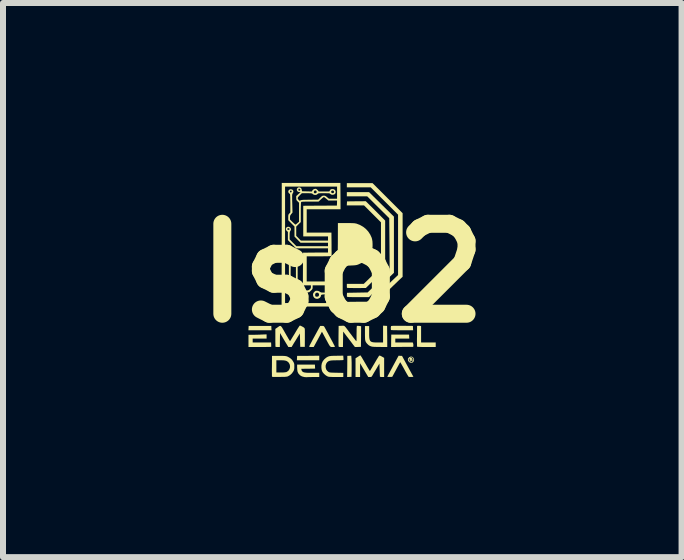
<source format=kicad_pcb>
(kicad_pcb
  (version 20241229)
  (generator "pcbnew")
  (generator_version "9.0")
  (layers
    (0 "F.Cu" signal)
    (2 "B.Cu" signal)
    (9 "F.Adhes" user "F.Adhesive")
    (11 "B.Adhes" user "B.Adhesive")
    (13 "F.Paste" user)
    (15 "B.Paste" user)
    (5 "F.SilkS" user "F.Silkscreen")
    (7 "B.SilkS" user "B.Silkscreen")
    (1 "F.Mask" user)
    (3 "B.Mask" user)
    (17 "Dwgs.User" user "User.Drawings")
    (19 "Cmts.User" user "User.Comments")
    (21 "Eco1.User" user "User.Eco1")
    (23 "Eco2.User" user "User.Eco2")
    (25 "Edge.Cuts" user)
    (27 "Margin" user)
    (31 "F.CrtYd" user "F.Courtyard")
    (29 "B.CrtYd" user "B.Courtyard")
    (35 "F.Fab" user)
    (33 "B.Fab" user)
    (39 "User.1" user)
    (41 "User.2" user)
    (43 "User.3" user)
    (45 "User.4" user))
  (footprint "Iso2"
    (layer "F.Cu")
    (at 2.657 1.503)
    (property "Reference" "Iso2" (at 0 0 0) (layer "F.SilkS") (effects (font (size 1.5 1.5) (thickness 0.3))))
    (attr board_only exclude_from_pos_files exclude_from_bom)
    (fp_poly (pts (xy -1.182 0.917) (xy -1.18 0.954) (xy -1.372 0.954) (xy -1.565 0.954) (xy -1.563 0.917) (xy -1.561 0.881) (xy -1.372 0.881) (xy -1.183 0.881)) (stroke (width 0) (type solid)) (fill yes) (layer "F.SilkS"))
    (fp_poly (pts (xy -0.384 1.416) (xy -0.384 1.454) (xy -0.57 1.454) (xy -0.757 1.454) (xy -0.755 1.417) (xy -0.753 1.381) (xy -0.568 1.38) (xy -0.384 1.378)) (stroke (width 0) (type solid)) (fill yes) (layer "F.SilkS"))
    (fp_poly (pts (xy 0.154 1.437) (xy 0.155 1.463) (xy 0.156 1.497) (xy 0.156 1.536) (xy 0.156 1.578) (xy 0.156 1.614) (xy 0.154 1.73) (xy 0.118 1.732) (xy 0.081 1.733) (xy 0.083 1.557) (xy 0.084 1.381) (xy 0.117 1.379) (xy 0.15 1.378)) (stroke (width 0) (type solid)) (fill yes) (layer "F.SilkS"))
    (fp_poly (pts (xy 1.115 1.06) (xy 1.117 1.093) (xy 1 1.093) (xy 0.884 1.093) (xy 0.884 1.125) (xy 0.884 1.157) (xy 1.029 1.157) (xy 1.175 1.157) (xy 1.181 1.173) (xy 1.185 1.19) (xy 1.185 1.209) (xy 1.185 1.209) (xy 1.183 1.23) (xy 0.999 1.231) (xy 0.814 1.233) (xy 0.815 1.13) (xy 0.817 1.026) (xy 0.965 1.026) (xy 1.114 1.026)) (stroke (width 0) (type solid)) (fill yes) (layer "F.SilkS"))
    (fp_poly (pts (xy 0.989 0.879) (xy 0.998 0.879) (xy 1.178 0.881) (xy 1.179 0.917) (xy 1.181 0.954) (xy 0.999 0.954) (xy 0.954 0.954) (xy 0.912 0.953) (xy 0.876 0.953) (xy 0.847 0.952) (xy 0.826 0.951) (xy 0.814 0.95) (xy 0.812 0.95) (xy 0.81 0.941) (xy 0.809 0.926) (xy 0.809 0.908) (xy 0.811 0.893) (xy 0.813 0.885) (xy 0.817 0.883) (xy 0.826 0.881) (xy 0.842 0.88) (xy 0.865 0.879) (xy 0.896 0.879) (xy 0.937 0.879)) (stroke (width 0) (type solid)) (fill yes) (layer "F.SilkS"))
    (fp_poly (pts (xy 1.3 0.881) (xy 1.314 0.884) (xy 1.314 1.021) (xy 1.314 1.157) (xy 1.436 1.157) (xy 1.558 1.157) (xy 1.558 1.195) (xy 1.558 1.233) (xy 1.404 1.233) (xy 1.355 1.233) (xy 1.317 1.232) (xy 1.288 1.231) (xy 1.268 1.23) (xy 1.255 1.229) (xy 1.248 1.227) (xy 1.247 1.225) (xy 1.246 1.218) (xy 1.246 1.2) (xy 1.246 1.174) (xy 1.245 1.141) (xy 1.245 1.102) (xy 1.246 1.06) (xy 1.246 1.05) (xy 1.247 0.881) (xy 1.267 0.879) (xy 1.285 0.879)) (stroke (width 0) (type solid)) (fill yes) (layer "F.SilkS"))
    (fp_poly (pts (xy -1.262 1.057) (xy -1.262 1.093) (xy -1.378 1.093) (xy -1.494 1.093) (xy -1.494 1.125) (xy -1.494 1.157) (xy -1.341 1.157) (xy -1.187 1.157) (xy -1.185 1.193) (xy -1.185 1.212) (xy -1.185 1.225) (xy -1.186 1.23) (xy -1.192 1.231) (xy -1.208 1.231) (xy -1.234 1.232) (xy -1.266 1.232) (xy -1.305 1.233) (xy -1.349 1.233) (xy -1.376 1.233) (xy -1.564 1.233) (xy -1.564 1.131) (xy -1.564 1.029) (xy -1.496 1.029) (xy -1.463 1.029) (xy -1.423 1.028) (xy -1.381 1.027) (xy -1.345 1.025) (xy -1.262 1.022)) (stroke (width 0) (type solid)) (fill yes) (layer "F.SilkS"))
    (fp_poly (pts (xy 0.554 -1.037) (xy 0.715 -0.875) (xy 0.715 -0.472) (xy 0.715 -0.068) (xy 0.554 0.091) (xy 0.393 0.249) (xy 0.238 0.25) (xy 0.197 0.25) (xy 0.159 0.249) (xy 0.127 0.249) (xy 0.102 0.248) (xy 0.086 0.247) (xy 0.079 0.246) (xy 0.077 0.239) (xy 0.076 0.223) (xy 0.076 0.211) (xy 0.076 0.18) (xy 0.217 0.18) (xy 0.358 0.18) (xy 0.502 0.04) (xy 0.645 -0.1) (xy 0.645 -0.473) (xy 0.645 -0.846) (xy 0.504 -0.987) (xy 0.363 -1.128) (xy 0.219 -1.128) (xy 0.075 -1.128) (xy 0.077 -1.162) (xy 0.079 -1.195) (xy 0.235 -1.197) (xy 0.392 -1.198)) (stroke (width 0) (type solid)) (fill yes) (layer "F.SilkS"))
    (fp_poly (pts (xy -0.455 1.56) (xy -0.453 1.593) (xy -0.568 1.595) (xy -0.683 1.596) (xy -0.681 1.611) (xy -0.676 1.627) (xy -0.67 1.636) (xy -0.661 1.645) (xy -0.651 1.651) (xy -0.637 1.656) (xy -0.619 1.659) (xy -0.594 1.662) (xy -0.561 1.663) (xy -0.519 1.663) (xy -0.503 1.663) (xy -0.384 1.663) (xy -0.384 1.698) (xy -0.384 1.733) (xy -0.467 1.733) (xy -0.5 1.733) (xy -0.53 1.734) (xy -0.556 1.734) (xy -0.573 1.735) (xy -0.576 1.735) (xy -0.597 1.736) (xy -0.622 1.735) (xy -0.635 1.733) (xy -0.673 1.723) (xy -0.705 1.704) (xy -0.73 1.677) (xy -0.745 1.647) (xy -0.748 1.631) (xy -0.751 1.607) (xy -0.752 1.581) (xy -0.753 1.576) (xy -0.753 1.526) (xy -0.605 1.526) (xy -0.456 1.526)) (stroke (width 0) (type solid)) (fill yes) (layer "F.SilkS"))
    (fp_poly (pts (xy 0.714 0.879) (xy 0.747 0.881) (xy 0.749 1.057) (xy 0.75 1.233) (xy 0.632 1.232) (xy 0.595 1.232) (xy 0.56 1.231) (xy 0.53 1.23) (xy 0.507 1.228) (xy 0.494 1.227) (xy 0.493 1.226) (xy 0.463 1.216) (xy 0.438 1.201) (xy 0.416 1.18) (xy 0.404 1.166) (xy 0.395 1.153) (xy 0.388 1.139) (xy 0.383 1.123) (xy 0.38 1.102) (xy 0.379 1.075) (xy 0.378 1.04) (xy 0.378 1) (xy 0.378 0.884) (xy 0.413 0.884) (xy 0.448 0.884) (xy 0.448 0.99) (xy 0.448 1.038) (xy 0.45 1.076) (xy 0.455 1.105) (xy 0.463 1.126) (xy 0.476 1.141) (xy 0.495 1.15) (xy 0.521 1.155) (xy 0.555 1.157) (xy 0.595 1.157) (xy 0.68 1.157) (xy 0.68 1.017) (xy 0.68 0.877)) (stroke (width 0) (type solid)) (fill yes) (layer "F.SilkS"))
    (fp_poly (pts (xy 0.968 1.38) (xy 0.996 1.381) (xy 1.091 1.556) (xy 1.186 1.73) (xy 1.151 1.732) (xy 1.13 1.732) (xy 1.115 1.732) (xy 1.108 1.731) (xy 1.103 1.725) (xy 1.094 1.711) (xy 1.081 1.689) (xy 1.065 1.661) (xy 1.047 1.629) (xy 1.035 1.606) (xy 1.016 1.572) (xy 0.999 1.542) (xy 0.985 1.517) (xy 0.974 1.499) (xy 0.967 1.488) (xy 0.965 1.487) (xy 0.962 1.492) (xy 0.954 1.507) (xy 0.942 1.529) (xy 0.927 1.556) (xy 0.909 1.589) (xy 0.898 1.61) (xy 0.833 1.73) (xy 0.791 1.732) (xy 0.77 1.732) (xy 0.756 1.731) (xy 0.751 1.728) (xy 0.751 1.728) (xy 0.754 1.722) (xy 0.762 1.706) (xy 0.774 1.683) (xy 0.79 1.654) (xy 0.809 1.619) (xy 0.83 1.58) (xy 0.846 1.55) (xy 0.939 1.378)) (stroke (width 0) (type solid)) (fill yes) (layer "F.SilkS"))
    (fp_poly (pts (xy -0.861 -0.413) (xy -0.846 -0.4) (xy -0.837 -0.381) (xy -0.836 -0.378) (xy -0.829 -0.362) (xy -0.812 -0.348) (xy -0.787 -0.34) (xy -0.761 -0.337) (xy -0.742 -0.337) (xy -0.731 -0.335) (xy -0.727 -0.331) (xy -0.727 -0.326) (xy -0.728 -0.32) (xy -0.732 -0.316) (xy -0.743 -0.315) (xy -0.762 -0.314) (xy -0.772 -0.314) (xy -0.796 -0.315) (xy -0.813 -0.317) (xy -0.824 -0.321) (xy -0.834 -0.328) (xy -0.849 -0.337) (xy -0.861 -0.338) (xy -0.865 -0.337) (xy -0.883 -0.335) (xy -0.902 -0.342) (xy -0.917 -0.353) (xy -0.924 -0.371) (xy -0.922 -0.384) (xy -0.895 -0.384) (xy -0.894 -0.37) (xy -0.893 -0.369) (xy -0.886 -0.362) (xy -0.882 -0.361) (xy -0.872 -0.365) (xy -0.866 -0.369) (xy -0.862 -0.379) (xy -0.866 -0.387) (xy -0.878 -0.394) (xy -0.888 -0.393) (xy -0.895 -0.384) (xy -0.922 -0.384) (xy -0.922 -0.389) (xy -0.912 -0.405) (xy -0.895 -0.416) (xy -0.88 -0.419)) (stroke (width 0) (type solid)) (fill yes) (layer "F.SilkS"))
    (fp_poly (pts (xy 0.654 -1.145) (xy 0.861 -0.941) (xy 0.861 -0.473) (xy 0.861 -0.004) (xy 0.734 0.118) (xy 0.697 0.154) (xy 0.658 0.192) (xy 0.619 0.23) (xy 0.583 0.266) (xy 0.55 0.298) (xy 0.526 0.321) (xy 0.445 0.401) (xy 0.263 0.401) (xy 0.211 0.401) (xy 0.169 0.401) (xy 0.137 0.4) (xy 0.113 0.4) (xy 0.096 0.398) (xy 0.085 0.397) (xy 0.08 0.395) (xy 0.078 0.393) (xy 0.077 0.383) (xy 0.076 0.366) (xy 0.077 0.357) (xy 0.079 0.329) (xy 0.251 0.326) (xy 0.423 0.323) (xy 0.594 0.157) (xy 0.631 0.121) (xy 0.666 0.086) (xy 0.698 0.055) (xy 0.726 0.028) (xy 0.749 0.006) (xy 0.766 -0.011) (xy 0.775 -0.02) (xy 0.777 -0.022) (xy 0.79 -0.036) (xy 0.787 -0.475) (xy 0.783 -0.915) (xy 0.599 -1.097) (xy 0.416 -1.279) (xy 0.246 -1.279) (xy 0.076 -1.279) (xy 0.076 -1.314) (xy 0.076 -1.349) (xy 0.261 -1.349) (xy 0.447 -1.349)) (stroke (width 0) (type solid)) (fill yes) (layer "F.SilkS"))
    (fp_poly (pts (xy 0.755 -1.249) (xy 1.006 -0.998) (xy 1.006 -0.468) (xy 1.006 0.062) (xy 0.975 0.091) (xy 0.962 0.103) (xy 0.941 0.123) (xy 0.915 0.148) (xy 0.883 0.179) (xy 0.847 0.213) (xy 0.809 0.25) (xy 0.769 0.289) (xy 0.728 0.328) (xy 0.688 0.367) (xy 0.649 0.404) (xy 0.613 0.439) (xy 0.585 0.466) (xy 0.497 0.552) (xy 0.289 0.552) (xy 0.082 0.552) (xy 0.078 0.539) (xy 0.076 0.524) (xy 0.076 0.505) (xy 0.077 0.502) (xy 0.079 0.48) (xy 0.275 0.478) (xy 0.471 0.477) (xy 0.583 0.367) (xy 0.639 0.313) (xy 0.691 0.262) (xy 0.74 0.214) (xy 0.784 0.172) (xy 0.823 0.134) (xy 0.856 0.103) (xy 0.882 0.078) (xy 0.897 0.064) (xy 0.93 0.033) (xy 0.93 -0.471) (xy 0.93 -0.974) (xy 0.702 -1.202) (xy 0.473 -1.43) (xy 0.274 -1.43) (xy 0.076 -1.43) (xy 0.076 -1.465) (xy 0.076 -1.5) (xy 0.29 -1.5) (xy 0.504 -1.5)) (stroke (width 0) (type solid)) (fill yes) (layer "F.SilkS"))
    (fp_poly (pts (xy -0.32 0.882) (xy -0.309 0.885) (xy -0.302 0.892) (xy -0.296 0.901) (xy -0.271 0.947) (xy -0.246 0.993) (xy -0.222 1.038) (xy -0.199 1.081) (xy -0.178 1.12) (xy -0.159 1.155) (xy -0.144 1.185) (xy -0.132 1.207) (xy -0.124 1.222) (xy -0.122 1.228) (xy -0.127 1.23) (xy -0.141 1.232) (xy -0.16 1.233) (xy -0.172 1.233) (xy -0.181 1.233) (xy -0.189 1.231) (xy -0.196 1.227) (xy -0.204 1.22) (xy -0.213 1.208) (xy -0.224 1.19) (xy -0.238 1.165) (xy -0.255 1.133) (xy -0.278 1.091) (xy -0.282 1.083) (xy -0.339 0.978) (xy -0.394 1.08) (xy -0.412 1.114) (xy -0.429 1.145) (xy -0.444 1.173) (xy -0.456 1.194) (xy -0.463 1.208) (xy -0.463 1.208) (xy -0.477 1.233) (xy -0.515 1.233) (xy -0.538 1.232) (xy -0.55 1.229) (xy -0.552 1.226) (xy -0.55 1.219) (xy -0.542 1.203) (xy -0.53 1.18) (xy -0.514 1.15) (xy -0.496 1.115) (xy -0.475 1.077) (xy -0.46 1.05) (xy -0.368 0.881) (xy -0.338 0.881)) (stroke (width 0) (type solid)) (fill yes) (layer "F.SilkS"))
    (fp_poly (pts (xy 0.064 -0.834) (xy 0.111 -0.834) (xy 0.148 -0.833) (xy 0.177 -0.832) (xy 0.2 -0.831) (xy 0.218 -0.828) (xy 0.234 -0.825) (xy 0.238 -0.824) (xy 0.293 -0.803) (xy 0.346 -0.773) (xy 0.393 -0.736) (xy 0.434 -0.691) (xy 0.466 -0.642) (xy 0.49 -0.589) (xy 0.497 -0.563) (xy 0.503 -0.528) (xy 0.505 -0.486) (xy 0.505 -0.444) (xy 0.501 -0.407) (xy 0.499 -0.4) (xy 0.482 -0.345) (xy 0.454 -0.293) (xy 0.418 -0.245) (xy 0.373 -0.204) (xy 0.322 -0.169) (xy 0.266 -0.143) (xy 0.242 -0.135) (xy 0.225 -0.132) (xy 0.2 -0.129) (xy 0.165 -0.127) (xy 0.119 -0.125) (xy 0.071 -0.124) (xy 0.026 -0.123) (xy -0.008 -0.122) (xy -0.034 -0.122) (xy -0.052 -0.123) (xy -0.063 -0.124) (xy -0.07 -0.126) (xy -0.073 -0.129) (xy -0.073 -0.129) (xy -0.073 -0.136) (xy -0.074 -0.154) (xy -0.074 -0.182) (xy -0.075 -0.217) (xy -0.075 -0.261) (xy -0.075 -0.311) (xy -0.075 -0.366) (xy -0.075 -0.425) (xy -0.074 -0.486) (xy -0.073 -0.834)) (stroke (width 0) (type solid)) (fill yes) (layer "F.SilkS"))
    (fp_poly (pts (xy 0.03 0.88) (xy 0.039 0.886) (xy 0.049 0.896) (xy 0.062 0.911) (xy 0.079 0.934) (xy 0.092 0.951) (xy 0.11 0.976) (xy 0.132 1.005) (xy 0.155 1.035) (xy 0.178 1.066) (xy 0.2 1.094) (xy 0.217 1.116) (xy 0.228 1.13) (xy 0.231 1.134) (xy 0.234 1.134) (xy 0.236 1.131) (xy 0.237 1.121) (xy 0.238 1.105) (xy 0.238 1.081) (xy 0.238 1.048) (xy 0.238 1.014) (xy 0.239 0.974) (xy 0.239 0.94) (xy 0.24 0.912) (xy 0.242 0.892) (xy 0.243 0.882) (xy 0.244 0.881) (xy 0.252 0.88) (xy 0.268 0.88) (xy 0.282 0.882) (xy 0.314 0.886) (xy 0.313 1.058) (xy 0.311 1.23) (xy 0.261 1.232) (xy 0.211 1.233) (xy 0.176 1.188) (xy 0.161 1.168) (xy 0.141 1.141) (xy 0.117 1.11) (xy 0.093 1.078) (xy 0.078 1.059) (xy 0.015 0.975) (xy 0.013 1.104) (xy 0.011 1.233) (xy -0.024 1.233) (xy -0.047 1.232) (xy -0.059 1.228) (xy -0.061 1.225) (xy -0.062 1.218) (xy -0.063 1.2) (xy -0.063 1.174) (xy -0.063 1.141) (xy -0.063 1.102) (xy -0.063 1.06) (xy -0.063 1.05) (xy -0.061 0.881) (xy -0.013 0.879) (xy 0.005 0.878) (xy 0.019 0.878)) (stroke (width 0) (type solid)) (fill yes) (layer "F.SilkS"))
    (fp_poly (pts (xy 0.019 1.411) (xy 0.02 1.43) (xy 0.02 1.444) (xy 0.019 1.449) (xy 0.013 1.451) (xy -0.003 1.452) (xy -0.027 1.453) (xy -0.057 1.454) (xy -0.086 1.454) (xy -0.133 1.455) (xy -0.171 1.456) (xy -0.2 1.46) (xy -0.222 1.466) (xy -0.238 1.475) (xy -0.252 1.487) (xy -0.263 1.503) (xy -0.269 1.514) (xy -0.278 1.544) (xy -0.277 1.575) (xy -0.269 1.605) (xy -0.252 1.63) (xy -0.229 1.649) (xy -0.227 1.65) (xy -0.218 1.654) (xy -0.205 1.657) (xy -0.189 1.659) (xy -0.166 1.66) (xy -0.135 1.661) (xy -0.094 1.662) (xy 0.017 1.664) (xy 0.017 1.698) (xy 0.017 1.733) (xy -0.103 1.733) (xy -0.145 1.733) (xy -0.177 1.732) (xy -0.2 1.731) (xy -0.218 1.73) (xy -0.231 1.728) (xy -0.241 1.724) (xy -0.248 1.722) (xy -0.276 1.705) (xy -0.303 1.682) (xy -0.325 1.656) (xy -0.333 1.643) (xy -0.343 1.615) (xy -0.348 1.581) (xy -0.348 1.544) (xy -0.342 1.51) (xy -0.341 1.505) (xy -0.326 1.471) (xy -0.301 1.439) (xy -0.27 1.412) (xy -0.245 1.397) (xy -0.234 1.392) (xy -0.223 1.388) (xy -0.211 1.385) (xy -0.197 1.383) (xy -0.178 1.381) (xy -0.152 1.38) (xy -0.117 1.379) (xy -0.098 1.379) (xy 0.016 1.377)) (stroke (width 0) (type solid)) (fill yes) (layer "F.SilkS"))
    (fp_poly (pts (xy 0.306 1.377) (xy 0.315 1.39) (xy 0.328 1.41) (xy 0.342 1.435) (xy 0.349 1.446) (xy 0.373 1.488) (xy 0.396 1.527) (xy 0.416 1.562) (xy 0.434 1.592) (xy 0.447 1.614) (xy 0.452 1.622) (xy 0.456 1.628) (xy 0.461 1.63) (xy 0.466 1.625) (xy 0.474 1.612) (xy 0.482 1.598) (xy 0.514 1.544) (xy 0.54 1.5) (xy 0.561 1.464) (xy 0.578 1.435) (xy 0.592 1.413) (xy 0.601 1.398) (xy 0.608 1.387) (xy 0.612 1.381) (xy 0.614 1.379) (xy 0.619 1.376) (xy 0.627 1.376) (xy 0.641 1.382) (xy 0.66 1.392) (xy 0.698 1.414) (xy 0.698 1.573) (xy 0.698 1.733) (xy 0.663 1.733) (xy 0.643 1.732) (xy 0.632 1.73) (xy 0.628 1.726) (xy 0.627 1.723) (xy 0.627 1.714) (xy 0.626 1.695) (xy 0.625 1.669) (xy 0.624 1.638) (xy 0.623 1.611) (xy 0.619 1.509) (xy 0.561 1.608) (xy 0.542 1.639) (xy 0.525 1.668) (xy 0.511 1.692) (xy 0.501 1.71) (xy 0.495 1.719) (xy 0.495 1.72) (xy 0.488 1.728) (xy 0.478 1.732) (xy 0.461 1.733) (xy 0.433 1.733) (xy 0.365 1.618) (xy 0.297 1.504) (xy 0.297 1.618) (xy 0.297 1.733) (xy 0.259 1.733) (xy 0.221 1.733) (xy 0.221 1.577) (xy 0.221 1.421) (xy 0.259 1.397) (xy 0.277 1.385) (xy 0.292 1.376) (xy 0.301 1.372) (xy 0.302 1.372)) (stroke (width 0) (type solid)) (fill yes) (layer "F.SilkS"))
    (fp_poly (pts (xy -1.016 1.381) (xy -0.986 1.381) (xy -0.963 1.382) (xy -0.947 1.384) (xy -0.934 1.386) (xy -0.924 1.389) (xy -0.913 1.393) (xy -0.907 1.396) (xy -0.868 1.419) (xy -0.838 1.446) (xy -0.817 1.478) (xy -0.808 1.495) (xy -0.803 1.51) (xy -0.8 1.527) (xy -0.8 1.551) (xy -0.8 1.558) (xy -0.8 1.586) (xy -0.803 1.606) (xy -0.808 1.622) (xy -0.813 1.634) (xy -0.84 1.673) (xy -0.874 1.703) (xy -0.893 1.714) (xy -0.903 1.72) (xy -0.912 1.724) (xy -0.922 1.726) (xy -0.936 1.728) (xy -0.954 1.73) (xy -0.979 1.731) (xy -1.012 1.731) (xy -1.045 1.732) (xy -1.088 1.732) (xy -1.12 1.732) (xy -1.143 1.732) (xy -1.159 1.731) (xy -1.168 1.729) (xy -1.172 1.726) (xy -1.172 1.726) (xy -1.173 1.718) (xy -1.173 1.701) (xy -1.173 1.674) (xy -1.174 1.641) (xy -1.174 1.602) (xy -1.173 1.56) (xy -1.173 1.556) (xy -1.099 1.556) (xy -1.099 1.657) (xy -1.023 1.657) (xy -0.982 1.657) (xy -0.952 1.654) (xy -0.933 1.651) (xy -0.929 1.649) (xy -0.902 1.632) (xy -0.884 1.608) (xy -0.873 1.58) (xy -0.871 1.55) (xy -0.878 1.52) (xy -0.894 1.493) (xy -0.899 1.488) (xy -0.914 1.475) (xy -0.931 1.465) (xy -0.952 1.459) (xy -0.979 1.455) (xy -1.014 1.454) (xy -1.031 1.454) (xy -1.099 1.454) (xy -1.099 1.556) (xy -1.173 1.556) (xy -1.173 1.55) (xy -1.172 1.381) (xy -1.055 1.381)) (stroke (width 0) (type solid)) (fill yes) (layer "F.SilkS"))
    (fp_poly (pts (xy -0.698 0.877) (xy -0.685 0.883) (xy -0.667 0.892) (xy -0.646 0.904) (xy -0.634 0.914) (xy -0.628 0.923) (xy -0.625 0.932) (xy -0.625 0.943) (xy -0.624 0.964) (xy -0.624 0.992) (xy -0.624 1.027) (xy -0.624 1.066) (xy -0.624 1.09) (xy -0.625 1.23) (xy -0.663 1.23) (xy -0.701 1.23) (xy -0.704 1.119) (xy -0.707 1.007) (xy -0.751 1.078) (xy -0.769 1.108) (xy -0.788 1.139) (xy -0.806 1.167) (xy -0.819 1.189) (xy -0.82 1.191) (xy -0.845 1.233) (xy -0.872 1.233) (xy -0.899 1.233) (xy -0.969 1.117) (xy -1.038 1) (xy -1.04 1.117) (xy -1.041 1.233) (xy -1.075 1.233) (xy -1.094 1.232) (xy -1.108 1.231) (xy -1.113 1.229) (xy -1.114 1.222) (xy -1.115 1.206) (xy -1.115 1.18) (xy -1.116 1.149) (xy -1.116 1.111) (xy -1.116 1.078) (xy -1.116 0.931) (xy -1.083 0.908) (xy -1.066 0.896) (xy -1.053 0.887) (xy -1.042 0.882) (xy -1.033 0.881) (xy -1.024 0.885) (xy -1.014 0.895) (xy -1.002 0.912) (xy -0.988 0.936) (xy -0.969 0.969) (xy -0.95 1.003) (xy -0.93 1.038) (xy -0.911 1.07) (xy -0.896 1.097) (xy -0.883 1.117) (xy -0.875 1.13) (xy -0.872 1.134) (xy -0.871 1.134) (xy -0.869 1.132) (xy -0.867 1.129) (xy -0.862 1.122) (xy -0.855 1.111) (xy -0.845 1.094) (xy -0.831 1.071) (xy -0.812 1.04) (xy -0.788 1.001) (xy -0.786 0.997) (xy -0.767 0.965) (xy -0.749 0.935) (xy -0.733 0.91) (xy -0.721 0.892) (xy -0.714 0.881) (xy -0.712 0.879) (xy -0.707 0.876)) (stroke (width 0) (type solid)) (fill yes) (layer "F.SilkS"))
    (fp_poly (pts (xy 1.162 1.394) (xy 1.178 1.404) (xy 1.19 1.419) (xy 1.197 1.438) (xy 1.196 1.458) (xy 1.186 1.478) (xy 1.186 1.479) (xy 1.175 1.49) (xy 1.161 1.494) (xy 1.149 1.494) (xy 1.13 1.493) (xy 1.118 1.486) (xy 1.108 1.477) (xy 1.095 1.455) (xy 1.095 1.443) (xy 1.108 1.443) (xy 1.113 1.461) (xy 1.118 1.47) (xy 1.123 1.476) (xy 1.124 1.477) (xy 1.125 1.472) (xy 1.124 1.458) (xy 1.123 1.447) (xy 1.122 1.436) (xy 1.14 1.436) (xy 1.144 1.439) (xy 1.148 1.438) (xy 1.156 1.434) (xy 1.157 1.433) (xy 1.152 1.431) (xy 1.148 1.43) (xy 1.141 1.434) (xy 1.14 1.436) (xy 1.122 1.436) (xy 1.122 1.43) (xy 1.12 1.422) (xy 1.116 1.423) (xy 1.113 1.428) (xy 1.108 1.443) (xy 1.095 1.443) (xy 1.094 1.434) (xy 1.104 1.415) (xy 1.112 1.408) (xy 1.131 1.408) (xy 1.133 1.41) (xy 1.146 1.413) (xy 1.158 1.416) (xy 1.165 1.422) (xy 1.168 1.434) (xy 1.17 1.442) (xy 1.171 1.458) (xy 1.172 1.468) (xy 1.171 1.47) (xy 1.166 1.469) (xy 1.155 1.463) (xy 1.155 1.462) (xy 1.145 1.457) (xy 1.14 1.458) (xy 1.14 1.458) (xy 1.138 1.469) (xy 1.136 1.474) (xy 1.137 1.481) (xy 1.146 1.483) (xy 1.158 1.481) (xy 1.17 1.475) (xy 1.175 1.471) (xy 1.184 1.455) (xy 1.185 1.438) (xy 1.179 1.421) (xy 1.167 1.409) (xy 1.151 1.403) (xy 1.138 1.405) (xy 1.131 1.408) (xy 1.112 1.408) (xy 1.124 1.399) (xy 1.143 1.392)) (stroke (width 0) (type solid)) (fill yes) (layer "F.SilkS"))
    (fp_poly (pts (xy -0.03 -1.284) (xy -0.029 -1.064) (xy -0.311 -1.064) (xy -0.593 -1.064) (xy -0.593 -0.869) (xy -0.593 -0.675) (xy -0.387 -0.675) (xy -0.181 -0.675) (xy -0.179 -0.481) (xy -0.179 -0.435) (xy -0.179 -0.392) (xy -0.178 -0.355) (xy -0.178 -0.324) (xy -0.179 -0.301) (xy -0.179 -0.287) (xy -0.179 -0.283) (xy -0.185 -0.282) (xy -0.202 -0.282) (xy -0.227 -0.281) (xy -0.26 -0.28) (xy -0.299 -0.28) (xy -0.343 -0.279) (xy -0.387 -0.279) (xy -0.593 -0.279) (xy -0.593 -0.07) (xy -0.593 0.14) (xy -0.311 0.14) (xy -0.029 0.14) (xy -0.029 0.283) (xy -0.029 0.328) (xy -0.028 0.373) (xy -0.028 0.415) (xy -0.027 0.452) (xy -0.026 0.482) (xy -0.025 0.493) (xy -0.021 0.558) (xy -0.517 0.558) (xy -1.012 0.558) (xy -1.01 -0.471) (xy -0.954 -0.471) (xy -0.954 0.5) (xy -0.875 0.5) (xy -0.797 0.5) (xy -0.797 0.418) (xy -0.797 0.335) (xy -0.843 0.287) (xy -0.89 0.24) (xy -0.89 0.033) (xy -0.89 -0.022) (xy -0.89 -0.066) (xy -0.89 -0.101) (xy -0.891 -0.127) (xy -0.891 -0.147) (xy -0.892 -0.161) (xy -0.894 -0.17) (xy -0.896 -0.175) (xy -0.898 -0.178) (xy -0.901 -0.18) (xy -0.91 -0.189) (xy -0.919 -0.203) (xy -0.919 -0.204) (xy -0.923 -0.216) (xy -0.895 -0.216) (xy -0.894 -0.207) (xy -0.888 -0.204) (xy -0.88 -0.205) (xy -0.867 -0.209) (xy -0.864 -0.218) (xy -0.864 -0.218) (xy -0.868 -0.228) (xy -0.877 -0.231) (xy -0.887 -0.228) (xy -0.894 -0.219) (xy -0.895 -0.216) (xy -0.923 -0.216) (xy -0.923 -0.218) (xy -0.921 -0.228) (xy -0.915 -0.237) (xy -0.899 -0.251) (xy -0.883 -0.255) (xy -0.861 -0.252) (xy -0.846 -0.242) (xy -0.837 -0.227) (xy -0.837 -0.209) (xy -0.848 -0.191) (xy -0.848 -0.19) (xy -0.852 -0.186) (xy -0.854 -0.181) (xy -0.856 -0.175) (xy -0.858 -0.166) (xy -0.859 -0.152) (xy -0.86 -0.132) (xy -0.86 -0.106) (xy -0.86 -0.072) (xy -0.861 -0.029) (xy -0.861 0.025) (xy -0.861 0.026) (xy -0.861 0.229) (xy -0.813 0.278) (xy -0.765 0.326) (xy -0.763 0.413) (xy -0.761 0.5) (xy -0.514 0.5) (xy -0.268 0.5) (xy -0.266 0.467) (xy -0.265 0.447) (xy -0.261 0.436) (xy -0.256 0.432) (xy -0.254 0.431) (xy -0.243 0.433) (xy -0.236 0.443) (xy -0.233 0.463) (xy -0.233 0.472) (xy -0.233 0.5) (xy -0.16 0.5) (xy -0.087 0.5) (xy -0.087 0.429) (xy -0.087 0.358) (xy -0.104 0.374) (xy -0.125 0.387) (xy -0.149 0.39) (xy -0.172 0.383) (xy -0.187 0.372) (xy -0.196 0.364) (xy -0.204 0.359) (xy -0.214 0.356) (xy -0.23 0.355) (xy -0.253 0.355) (xy -0.261 0.355) (xy -0.297 0.355) (xy -0.323 0.357) (xy -0.34 0.36) (xy -0.35 0.364) (xy -0.354 0.371) (xy -0.355 0.375) (xy -0.36 0.393) (xy -0.374 0.411) (xy -0.39 0.422) (xy -0.416 0.43) (xy -0.441 0.427) (xy -0.462 0.416) (xy -0.479 0.397) (xy -0.487 0.371) (xy -0.488 0.366) (xy -0.453 0.366) (xy -0.45 0.382) (xy -0.446 0.389) (xy -0.436 0.393) (xy -0.42 0.394) (xy -0.419 0.394) (xy -0.402 0.39) (xy -0.392 0.38) (xy -0.391 0.377) (xy -0.387 0.358) (xy -0.391 0.345) (xy -0.168 0.345) (xy -0.166 0.352) (xy -0.159 0.358) (xy -0.145 0.36) (xy -0.131 0.358) (xy -0.122 0.352) (xy -0.118 0.339) (xy -0.119 0.328) (xy -0.123 0.318) (xy -0.131 0.315) (xy -0.144 0.315) (xy -0.159 0.318) (xy -0.166 0.324) (xy -0.168 0.33) (xy -0.168 0.345) (xy -0.391 0.345) (xy -0.392 0.342) (xy -0.403 0.331) (xy -0.418 0.326) (xy -0.435 0.33) (xy -0.443 0.335) (xy -0.451 0.349) (xy -0.453 0.366) (xy -0.488 0.366) (xy -0.488 0.358) (xy -0.485 0.34) (xy -0.475 0.323) (xy -0.469 0.316) (xy -0.455 0.303) (xy -0.443 0.296) (xy -0.426 0.295) (xy -0.423 0.295) (xy -0.399 0.298) (xy -0.379 0.308) (xy -0.376 0.31) (xy -0.367 0.316) (xy -0.359 0.321) (xy -0.348 0.323) (xy -0.334 0.325) (xy -0.313 0.325) (xy -0.282 0.326) (xy -0.277 0.326) (xy -0.244 0.325) (xy -0.222 0.325) (xy -0.207 0.323) (xy -0.2 0.321) (xy -0.198 0.318) (xy -0.198 0.317) (xy -0.193 0.308) (xy -0.183 0.298) (xy -0.182 0.297) (xy -0.16 0.286) (xy -0.136 0.286) (xy -0.112 0.295) (xy -0.105 0.3) (xy -0.087 0.315) (xy -0.087 0.259) (xy -0.087 0.204) (xy -0.291 0.204) (xy -0.494 0.204) (xy -0.494 0.235) (xy -0.495 0.252) (xy -0.498 0.264) (xy -0.505 0.275) (xy -0.518 0.288) (xy -0.523 0.293) (xy -0.552 0.32) (xy -0.617 0.32) (xy -0.683 0.32) (xy -0.728 0.275) (xy -0.773 0.23) (xy -0.773 0.026) (xy -0.773 -0.178) (xy -0.739 -0.212) (xy -0.719 -0.232) (xy -0.708 -0.247) (xy -0.704 -0.259) (xy -0.704 -0.263) (xy -0.701 -0.276) (xy -0.695 -0.279) (xy -0.689 -0.276) (xy -0.687 -0.265) (xy -0.686 -0.25) (xy -0.687 -0.234) (xy -0.69 -0.222) (xy -0.698 -0.211) (xy -0.712 -0.195) (xy -0.715 -0.191) (xy -0.744 -0.161) (xy -0.744 0.027) (xy -0.744 0.216) (xy -0.709 0.253) (xy -0.673 0.291) (xy -0.62 0.291) (xy -0.594 0.291) (xy -0.577 0.289) (xy -0.565 0.286) (xy -0.555 0.281) (xy -0.545 0.273) (xy -0.531 0.26) (xy -0.525 0.249) (xy -0.523 0.233) (xy -0.523 0.229) (xy -0.523 0.204) (xy -0.59 0.204) (xy -0.657 0.204) (xy -0.656 -0.068) (xy -0.654 -0.34) (xy -0.446 -0.342) (xy -0.238 -0.343) (xy -0.238 -0.378) (xy -0.238 -0.413) (xy -0.505 -0.413) (xy -0.771 -0.413) (xy -0.839 -0.481) (xy -0.907 -0.55) (xy -0.907 -0.618) (xy -0.907 -0.687) (xy -0.925 -0.702) (xy -0.938 -0.719) (xy -0.941 -0.732) (xy -0.918 -0.732) (xy -0.91 -0.722) (xy -0.909 -0.722) (xy -0.898 -0.72) (xy -0.886 -0.723) (xy -0.879 -0.729) (xy -0.878 -0.731) (xy -0.883 -0.744) (xy -0.895 -0.749) (xy -0.904 -0.748) (xy -0.916 -0.741) (xy -0.918 -0.732) (xy -0.941 -0.732) (xy -0.942 -0.738) (xy -0.934 -0.756) (xy -0.929 -0.762) (xy -0.911 -0.772) (xy -0.89 -0.772) (xy -0.871 -0.761) (xy -0.869 -0.759) (xy -0.857 -0.741) (xy -0.857 -0.721) (xy -0.866 -0.702) (xy -0.872 -0.694) (xy -0.875 -0.683) (xy -0.877 -0.668) (xy -0.878 -0.646) (xy -0.878 -0.625) (xy -0.878 -0.562) (xy -0.822 -0.505) (xy -0.765 -0.448) (xy -0.502 -0.448) (xy -0.238 -0.448) (xy -0.238 -0.477) (xy -0.238 -0.506) (xy -0.467 -0.506) (xy -0.696 -0.506) (xy -0.746 -0.557) (xy -0.797 -0.609) (xy -0.797 -0.692) (xy -0.797 -0.775) (xy -0.768 -0.775) (xy -0.768 -0.698) (xy -0.768 -0.621) (xy -0.729 -0.581) (xy -0.69 -0.541) (xy -0.464 -0.541) (xy -0.238 -0.541) (xy -0.238 -0.576) (xy -0.238 -0.611) (xy -0.445 -0.611) (xy -0.651 -0.611) (xy -0.651 -0.866) (xy -0.651 -1.122) (xy -0.371 -1.124) (xy -0.09 -1.125) (xy -0.088 -1.167) (xy -0.087 -1.21) (xy -0.159 -1.21) (xy -0.232 -1.21) (xy -0.266 -1.239) (xy -0.283 -1.252) (xy -0.297 -1.263) (xy -0.306 -1.268) (xy -0.307 -1.268) (xy -0.314 -1.264) (xy -0.328 -1.254) (xy -0.345 -1.239) (xy -0.355 -1.23) (xy -0.395 -1.192) (xy -0.536 -1.192) (xy -0.585 -1.192) (xy -0.624 -1.191) (xy -0.652 -1.19) (xy -0.671 -1.189) (xy -0.682 -1.187) (xy -0.685 -1.185) (xy -0.687 -1.179) (xy -0.689 -1.166) (xy -0.69 -1.145) (xy -0.691 -1.115) (xy -0.692 -1.075) (xy -0.692 -1.024) (xy -0.692 -1.014) (xy -0.692 -0.85) (xy -0.73 -0.813) (xy -0.768 -0.775) (xy -0.797 -0.775) (xy -0.797 -0.776) (xy -0.849 -0.829) (xy -0.901 -0.882) (xy -0.901 -0.928) (xy -0.901 -0.951) (xy -0.899 -0.967) (xy -0.896 -0.977) (xy -0.889 -0.986) (xy -0.884 -0.992) (xy -0.866 -1.01) (xy -0.866 -1.164) (xy -0.867 -1.216) (xy -0.867 -1.257) (xy -0.869 -1.288) (xy -0.87 -1.308) (xy -0.872 -1.318) (xy -0.873 -1.319) (xy -0.887 -1.329) (xy -0.898 -1.344) (xy -0.901 -1.354) (xy -0.872 -1.354) (xy -0.868 -1.347) (xy -0.859 -1.344) (xy -0.849 -1.349) (xy -0.844 -1.357) (xy -0.846 -1.37) (xy -0.854 -1.376) (xy -0.863 -1.375) (xy -0.871 -1.367) (xy -0.872 -1.354) (xy -0.901 -1.354) (xy -0.901 -1.357) (xy -0.896 -1.377) (xy -0.882 -1.391) (xy -0.862 -1.398) (xy -0.858 -1.398) (xy -0.836 -1.393) (xy -0.822 -1.381) (xy -0.815 -1.364) (xy -0.818 -1.344) (xy -0.826 -1.33) (xy -0.83 -1.325) (xy -0.832 -1.319) (xy -0.834 -1.311) (xy -0.836 -1.3) (xy -0.836 -1.284) (xy -0.836 -1.261) (xy -0.836 -1.231) (xy -0.835 -1.191) (xy -0.834 -1.162) (xy -0.83 -1.009) (xy -0.851 -0.984) (xy -0.864 -0.967) (xy -0.87 -0.953) (xy -0.872 -0.936) (xy -0.872 -0.926) (xy -0.872 -0.893) (xy -0.829 -0.85) (xy -0.81 -0.833) (xy -0.795 -0.819) (xy -0.784 -0.81) (xy -0.781 -0.808) (xy -0.774 -0.812) (xy -0.762 -0.821) (xy -0.749 -0.832) (xy -0.721 -0.856) (xy -0.721 -1.014) (xy -0.721 -1.172) (xy -0.744 -1.195) (xy -0.758 -1.209) (xy -0.765 -1.221) (xy -0.767 -1.235) (xy -0.768 -1.251) (xy -0.768 -1.284) (xy -0.731 -1.317) (xy -0.695 -1.349) (xy -0.713 -1.349) (xy -0.717 -1.35) (xy -0.475 -1.35) (xy -0.472 -1.338) (xy -0.461 -1.33) (xy -0.461 -1.33) (xy -0.445 -1.331) (xy -0.432 -1.339) (xy -0.427 -1.346) (xy -0.427 -1.355) (xy -0.186 -1.355) (xy -0.182 -1.342) (xy -0.179 -1.339) (xy -0.167 -1.332) (xy -0.152 -1.333) (xy -0.141 -1.34) (xy -0.141 -1.341) (xy -0.137 -1.357) (xy -0.144 -1.37) (xy -0.155 -1.376) (xy -0.17 -1.375) (xy -0.182 -1.368) (xy -0.186 -1.355) (xy -0.427 -1.355) (xy -0.427 -1.359) (xy -0.435 -1.372) (xy -0.448 -1.378) (xy -0.451 -1.378) (xy -0.464 -1.374) (xy -0.472 -1.363) (xy -0.475 -1.35) (xy -0.717 -1.35) (xy -0.734 -1.354) (xy -0.75 -1.365) (xy -0.758 -1.382) (xy -0.758 -1.396) (xy -0.732 -1.396) (xy -0.731 -1.382) (xy -0.731 -1.381) (xy -0.723 -1.373) (xy -0.719 -1.372) (xy -0.709 -1.376) (xy -0.704 -1.381) (xy -0.699 -1.39) (xy -0.704 -1.399) (xy -0.715 -1.406) (xy -0.726 -1.405) (xy -0.732 -1.396) (xy -0.758 -1.396) (xy -0.757 -1.401) (xy -0.75 -1.415) (xy -0.735 -1.427) (xy -0.719 -1.43) (xy -0.698 -1.425) (xy -0.683 -1.411) (xy -0.675 -1.386) (xy -0.675 -1.385) (xy -0.671 -1.364) (xy -0.589 -1.362) (xy -0.506 -1.36) (xy -0.5 -1.375) (xy -0.489 -1.389) (xy -0.472 -1.4) (xy -0.452 -1.405) (xy -0.439 -1.404) (xy -0.426 -1.397) (xy -0.412 -1.384) (xy -0.408 -1.38) (xy -0.393 -1.361) (xy -0.304 -1.361) (xy -0.215 -1.361) (xy -0.207 -1.377) (xy -0.197 -1.392) (xy -0.184 -1.399) (xy -0.163 -1.401) (xy -0.159 -1.401) (xy -0.138 -1.397) (xy -0.122 -1.384) (xy -0.112 -1.367) (xy -0.11 -1.348) (xy -0.115 -1.329) (xy -0.129 -1.314) (xy -0.135 -1.311) (xy -0.157 -1.305) (xy -0.18 -1.307) (xy -0.199 -1.318) (xy -0.201 -1.32) (xy -0.205 -1.324) (xy -0.212 -1.328) (xy -0.222 -1.33) (xy -0.237 -1.331) (xy -0.26 -1.331) (xy -0.292 -1.332) (xy -0.305 -1.332) (xy -0.34 -1.332) (xy -0.366 -1.331) (xy -0.383 -1.33) (xy -0.395 -1.329) (xy -0.402 -1.326) (xy -0.408 -1.322) (xy -0.413 -1.317) (xy -0.431 -1.305) (xy -0.454 -1.302) (xy -0.476 -1.307) (xy -0.491 -1.317) (xy -0.497 -1.323) (xy -0.504 -1.327) (xy -0.514 -1.329) (xy -0.528 -1.331) (xy -0.548 -1.331) (xy -0.577 -1.332) (xy -0.59 -1.332) (xy -0.674 -1.332) (xy -0.709 -1.297) (xy -0.726 -1.279) (xy -0.738 -1.263) (xy -0.744 -1.252) (xy -0.744 -1.251) (xy -0.741 -1.239) (xy -0.731 -1.224) (xy -0.728 -1.22) (xy -0.717 -1.209) (xy -0.71 -1.206) (xy -0.702 -1.208) (xy -0.697 -1.212) (xy -0.691 -1.215) (xy -0.682 -1.217) (xy -0.669 -1.219) (xy -0.65 -1.221) (xy -0.624 -1.222) (xy -0.59 -1.222) (xy -0.545 -1.223) (xy -0.542 -1.223) (xy -0.402 -1.224) (xy -0.368 -1.257) (xy -0.35 -1.274) (xy -0.338 -1.284) (xy -0.327 -1.289) (xy -0.314 -1.291) (xy -0.309 -1.291) (xy -0.293 -1.29) (xy -0.28 -1.285) (xy -0.265 -1.275) (xy -0.253 -1.265) (xy -0.222 -1.239) (xy -0.155 -1.239) (xy -0.087 -1.239) (xy -0.087 -1.34) (xy -0.087 -1.442) (xy -0.52 -1.442) (xy -0.954 -1.442) (xy -0.954 -0.471) (xy -1.01 -0.471) (xy -1.01 -0.472) (xy -1.009 -1.503) (xy -0.52 -1.503) (xy -0.032 -1.503)) (stroke (width 0) (type solid)) (fill yes) (layer "F.SilkS")))
  (gr_rect
    (start -3 -3)
    (end 8.314 6.239)
    (stroke (width 0.1) (type default))
    (fill no)
    (layer "Edge.Cuts")))
</source>
